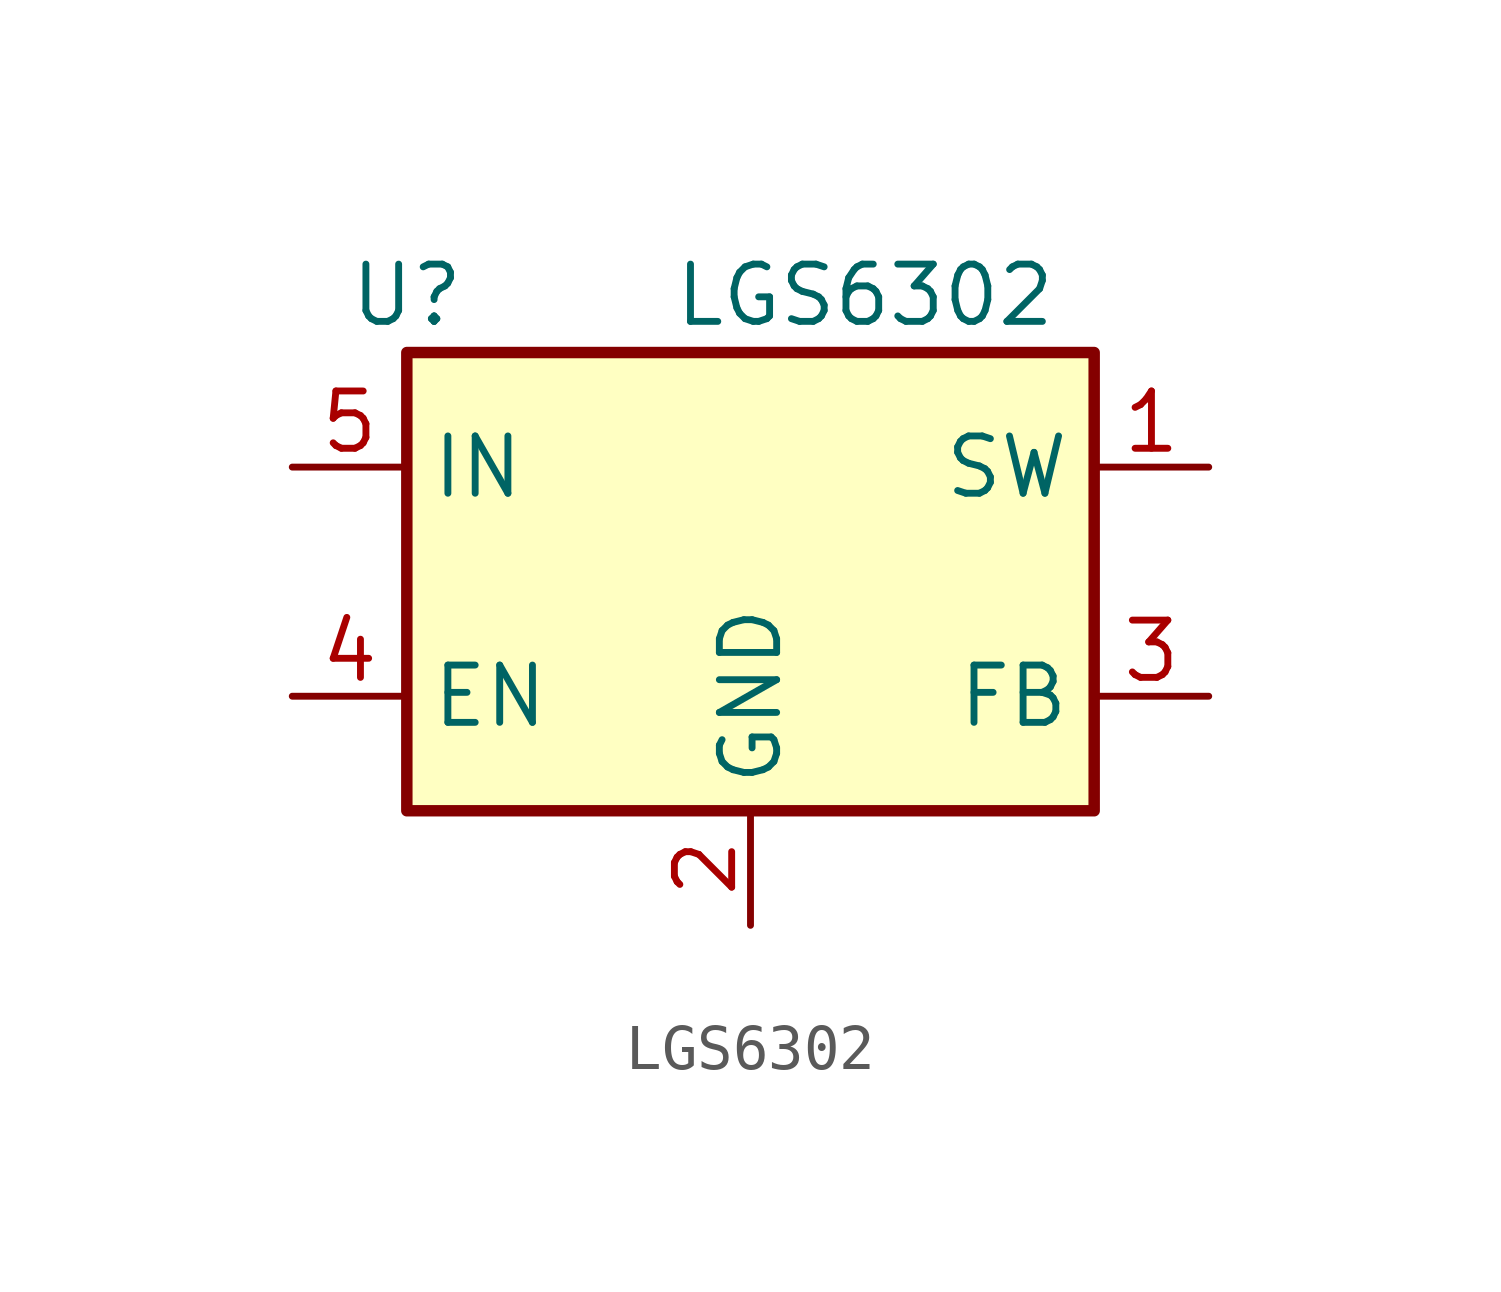
<source format=kicad_sym>
(kicad_symbol_lib
  (version 20220914)
  (generator kicad_symbol_editor)
  (symbol "LGS6302"
    (property "Reference" "U"
      (at -7.62 6.35 0)
      (effects (font (size 1.27 1.27))))
    (property "Value" "LGS6302"
      (at 2.54 6.35 0)
      (effects (font (size 1.27 1.27))))
    (symbol "LGS6302_0_1"
      (rectangle (start -7.62 5.08) (end 7.62 -5.08) (stroke (width 0.254) (type default)) (fill (type background))))
    (symbol "LGS6302_1_1"
      (pin output line (at 10.16 2.54 180) (length 2.54) (name "SW" (effects (font (size 1.27 1.27)))) (number "1" (effects (font (size 1.27 1.27)))))
      (pin power_in line (at 0 -7.62 90) (length 2.54) (name "GND" (effects (font (size 1.27 1.27)))) (number "2" (effects (font (size 1.27 1.27)))))
      (pin input line (at 10.16 -2.54 180) (length 2.54) (name "FB" (effects (font (size 1.27 1.27)))) (number "3" (effects (font (size 1.27 1.27)))))
      (pin input line (at -10.16 -2.54 0) (length 2.54) (name "EN" (effects (font (size 1.27 1.27)))) (number "4" (effects (font (size 1.27 1.27)))))
      (pin power_in line (at -10.16 2.54 0) (length 2.54) (name "IN" (effects (font (size 1.27 1.27)))) (number "5" (effects (font (size 1.27 1.27))))))))
</source>
